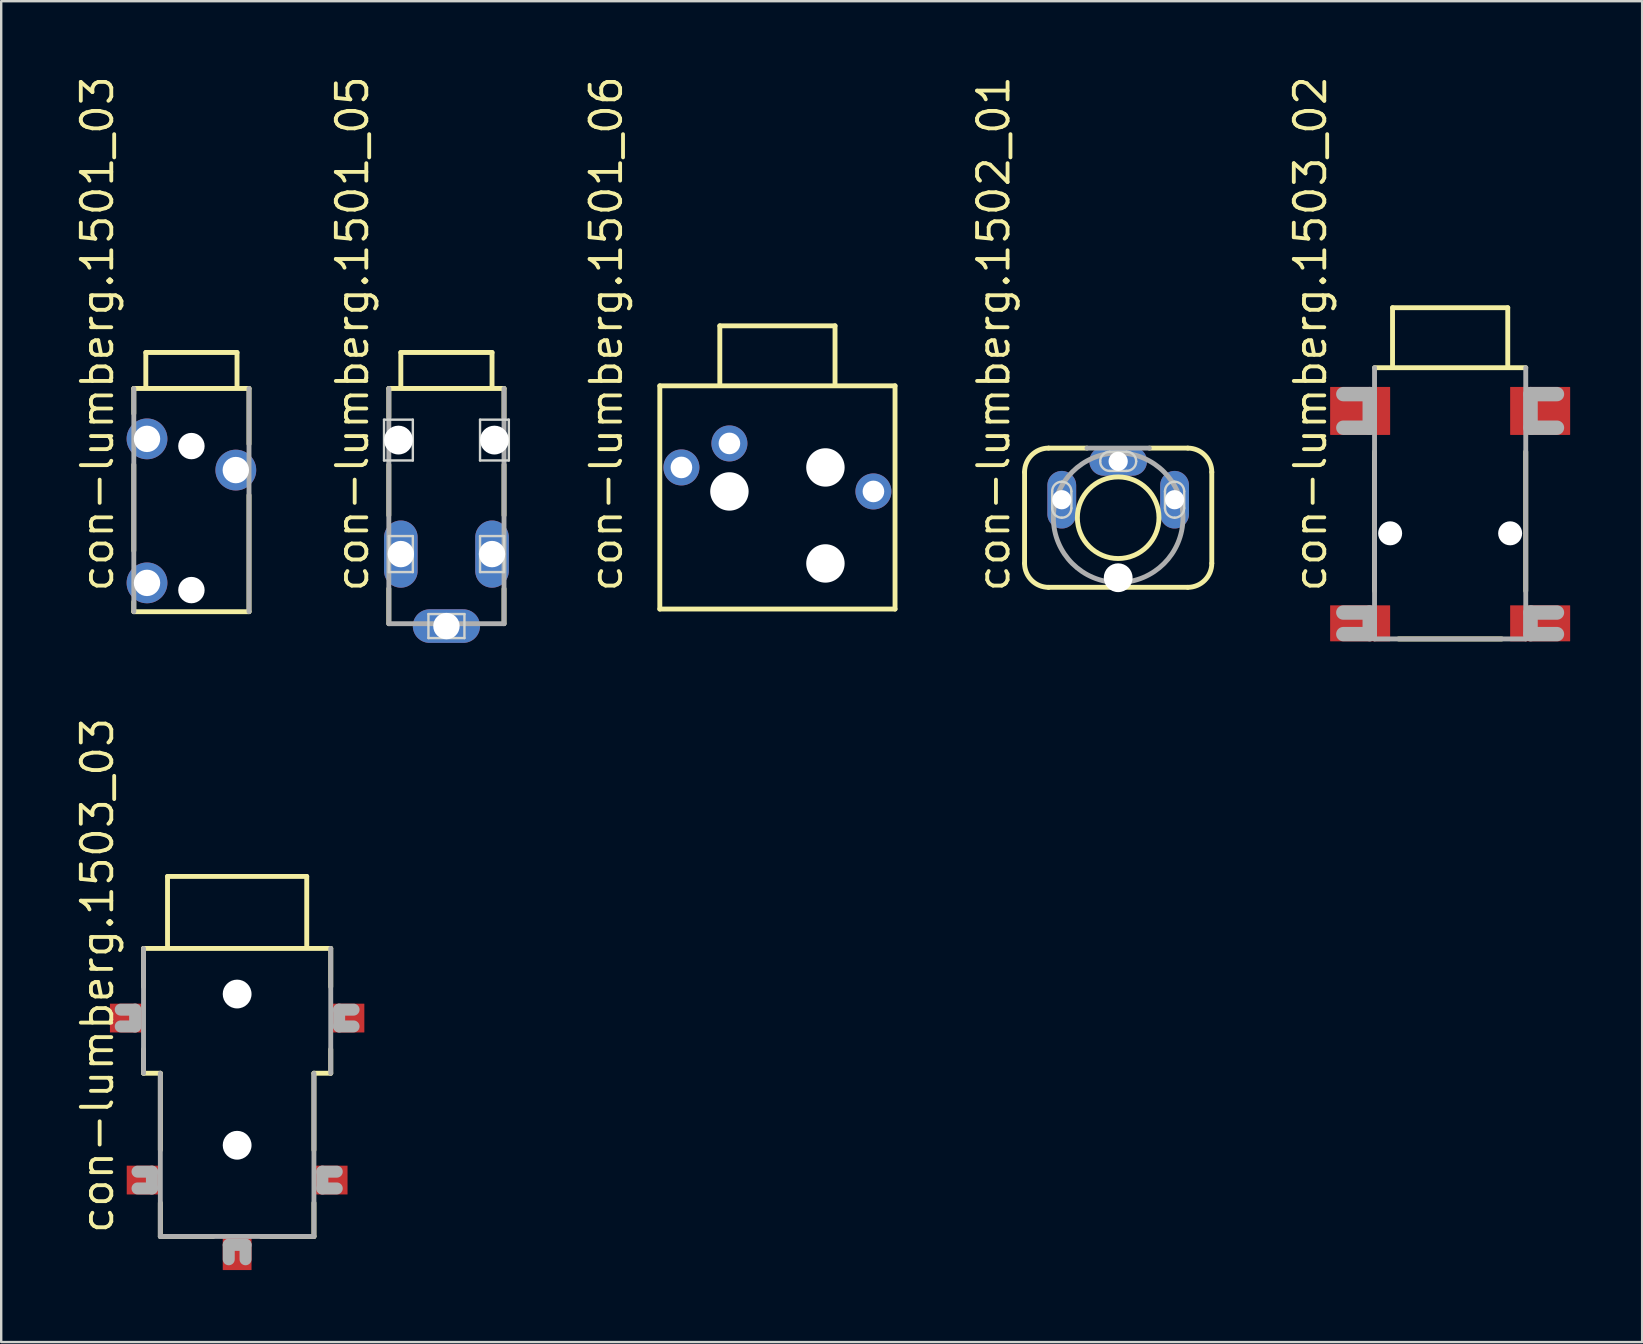
<source format=kicad_pcb>
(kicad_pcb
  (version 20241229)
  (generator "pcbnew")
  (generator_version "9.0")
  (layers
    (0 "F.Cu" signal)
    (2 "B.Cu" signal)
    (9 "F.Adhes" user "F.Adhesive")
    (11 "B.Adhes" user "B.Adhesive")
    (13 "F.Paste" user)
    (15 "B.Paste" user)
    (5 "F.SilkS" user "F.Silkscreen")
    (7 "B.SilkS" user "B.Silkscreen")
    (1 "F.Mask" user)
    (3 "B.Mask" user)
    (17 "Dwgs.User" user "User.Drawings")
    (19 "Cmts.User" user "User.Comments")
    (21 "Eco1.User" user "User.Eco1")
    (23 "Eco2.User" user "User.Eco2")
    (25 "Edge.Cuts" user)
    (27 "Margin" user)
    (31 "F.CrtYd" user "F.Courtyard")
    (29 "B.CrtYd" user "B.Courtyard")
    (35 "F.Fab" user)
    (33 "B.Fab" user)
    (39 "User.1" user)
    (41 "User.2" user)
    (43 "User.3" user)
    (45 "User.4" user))
  (footprint "con-lumberg.1503_03"
    (layer "F.Cu")
    (at 6.83 36.365)
    (property "Reference" "con-lumberg.1503_03" (at -5.08 12.065 90) (layer "F.SilkS") (effects (font (size 1.27 1.27) (thickness 0.16)) (justify left bottom)))
    (attr smd)
    (fp_line (start -3.9 0.1) (end 3.9 0.1) (stroke (width 0.203) (type default)) (layer "F.SilkS"))
    (fp_line (start -3.9 1.7) (end -3.9 0.1) (stroke (width 0.203) (type default)) (layer "F.SilkS"))
    (fp_line (start -3.9 5.3) (end -3.9 4.3) (stroke (width 0.203) (type default)) (layer "F.SilkS"))
    (fp_line (start -3.2 5.3) (end -3.9 5.3) (stroke (width 0.203) (type default)) (layer "F.SilkS"))
    (fp_line (start -3.2 8.5) (end -3.2 5.3) (stroke (width 0.203) (type default)) (layer "F.SilkS"))
    (fp_line (start -3.2 12.1) (end -3.2 10.7) (stroke (width 0.203) (type default)) (layer "F.SilkS"))
    (fp_line (start -2.9 -2.9) (end 2.9 -2.9) (stroke (width 0.203) (type default)) (layer "F.SilkS"))
    (fp_line (start -2.9 0) (end -2.9 -2.9) (stroke (width 0.203) (type default)) (layer "F.SilkS"))
    (fp_line (start -1 12.1) (end -3.2 12.1) (stroke (width 0.203) (type default)) (layer "F.SilkS"))
    (fp_line (start 2.9 -2.9) (end 2.9 0) (stroke (width 0.203) (type default)) (layer "F.SilkS"))
    (fp_line (start 3.2 5.3) (end 3.2 8.5) (stroke (width 0.203) (type default)) (layer "F.SilkS"))
    (fp_line (start 3.2 10.7) (end 3.2 12.1) (stroke (width 0.203) (type default)) (layer "F.SilkS"))
    (fp_line (start 3.2 12.1) (end 1 12.1) (stroke (width 0.203) (type default)) (layer "F.SilkS"))
    (fp_line (start 3.9 0.1) (end 3.9 1.7) (stroke (width 0.203) (type default)) (layer "F.SilkS"))
    (fp_line (start 3.9 4.3) (end 3.9 5.3) (stroke (width 0.203) (type default)) (layer "F.SilkS"))
    (fp_line (start 3.9 5.3) (end 3.2 5.3) (stroke (width 0.203) (type default)) (layer "F.SilkS"))
    (fp_line (start -4.85 2.65) (end -4.25 2.65) (stroke (width 0.5) (type default)) (layer "F.Fab"))
    (fp_line (start -4.25 2.65) (end -4.25 3.35) (stroke (width 0.5) (type default)) (layer "F.Fab"))
    (fp_line (start -4.25 3.35) (end -4.85 3.35) (stroke (width 0.5) (type default)) (layer "F.Fab"))
    (fp_line (start -4.15 9.4) (end -3.55 9.4) (stroke (width 0.5) (type default)) (layer "F.Fab"))
    (fp_line (start -3.9 5.3) (end -3.9 0.1) (stroke (width 0.203) (type default)) (layer "F.Fab"))
    (fp_line (start -3.55 9.4) (end -3.55 10.1) (stroke (width 0.5) (type default)) (layer "F.Fab"))
    (fp_line (start -3.55 10.1) (end -4.15 10.1) (stroke (width 0.5) (type default)) (layer "F.Fab"))
    (fp_line (start -3.2 12.1) (end -3.2 5.3) (stroke (width 0.203) (type default)) (layer "F.Fab"))
    (fp_line (start -0.35 12.45) (end 0.35 12.45) (stroke (width 0.5) (type default)) (layer "F.Fab"))
    (fp_line (start -0.35 13.05) (end -0.35 12.45) (stroke (width 0.5) (type default)) (layer "F.Fab"))
    (fp_line (start 0.35 12.45) (end 0.35 13.05) (stroke (width 0.5) (type default)) (layer "F.Fab"))
    (fp_line (start 3.2 5.3) (end 3.2 12.1) (stroke (width 0.203) (type default)) (layer "F.Fab"))
    (fp_line (start 3.2 12.1) (end -3.2 12.1) (stroke (width 0.203) (type default)) (layer "F.Fab"))
    (fp_line (start 3.55 9.4) (end 4.15 9.4) (stroke (width 0.5) (type default)) (layer "F.Fab"))
    (fp_line (start 3.55 10.1) (end 3.55 9.4) (stroke (width 0.5) (type default)) (layer "F.Fab"))
    (fp_line (start 3.9 0.1) (end 3.9 5.3) (stroke (width 0.203) (type default)) (layer "F.Fab"))
    (fp_line (start 4.15 10.1) (end 3.55 10.1) (stroke (width 0.5) (type default)) (layer "F.Fab"))
    (fp_line (start 4.25 2.65) (end 4.85 2.65) (stroke (width 0.5) (type default)) (layer "F.Fab"))
    (fp_line (start 4.25 3.35) (end 4.25 2.65) (stroke (width 0.5) (type default)) (layer "F.Fab"))
    (fp_line (start 4.85 3.35) (end 4.25 3.35) (stroke (width 0.5) (type default)) (layer "F.Fab"))
    (pad "" np_thru_hole circle (at 0 2) (size 1.2 1.2) (drill 1.2) (layers "*.Cu" "*.Mask"))
    (pad "" np_thru_hole circle (at 0 8.3) (size 1.2 1.2) (drill 1.2) (layers "*.Cu" "*.Mask"))
    (pad "1" smd roundrect (at 0 12.8) (size 1.2 1.4) (layers "F.Cu" "F.Mask" "F.Paste") (roundrect_rratio 0.01))
    (pad "2" smd roundrect (at -4.6 3) (size 1.4 1.2) (layers "F.Cu" "F.Mask" "F.Paste") (roundrect_rratio 0.01))
    (pad "2@1" smd roundrect (at 4.6 3) (size 1.4 1.2) (layers "F.Cu" "F.Mask" "F.Paste") (roundrect_rratio 0.01))
    (pad "3" smd roundrect (at -3.9 9.75) (size 1.4 1.2) (layers "F.Cu" "F.Mask" "F.Paste") (roundrect_rratio 0.01))
    (pad "3@1" smd roundrect (at 3.9 9.75) (size 1.4 1.2) (layers "F.Cu" "F.Mask" "F.Paste") (roundrect_rratio 0.01)))
  (footprint "con-lumberg.1501_03"
    (layer "F.Cu")
    (at 4.925 15.535)
    (property "Reference" "con-lumberg.1501_03" (at -3.175 6.16 90) (layer "F.SilkS") (effects (font (size 1.27 1.27) (thickness 0.16)) (justify left bottom)))
    (attr through_hole)
    (fp_line (start -2.4 -2.4) (end 2.4 -2.4) (stroke (width 0.203) (type default)) (layer "F.SilkS"))
    (fp_line (start -2.4 -1.355) (end -2.4 -2.4) (stroke (width 0.203) (type default)) (layer "F.SilkS"))
    (fp_line (start -2.4 4.36) (end -2.4 0.775) (stroke (width 0.203) (type default)) (layer "F.SilkS"))
    (fp_line (start -2.4 6.9) (end -2.4 6.49) (stroke (width 0.203) (type default)) (layer "F.SilkS"))
    (fp_line (start -1.9 -3.9) (end -1.9 -2.5) (stroke (width 0.203) (type default)) (layer "F.SilkS"))
    (fp_line (start -1.9 -3.9) (end 1.9 -3.9) (stroke (width 0.203) (type default)) (layer "F.SilkS"))
    (fp_line (start 1.9 -3.9) (end 1.9 -2.5) (stroke (width 0.203) (type default)) (layer "F.SilkS"))
    (fp_line (start 2.4 -2.4) (end 2.4 -0.085) (stroke (width 0.203) (type default)) (layer "F.SilkS"))
    (fp_line (start 2.4 2.045) (end 2.4 6.9) (stroke (width 0.203) (type default)) (layer "F.SilkS"))
    (fp_line (start 2.4 6.9) (end -2.4 6.9) (stroke (width 0.203) (type default)) (layer "F.SilkS"))
    (fp_line (start -2.4 6.9) (end -2.4 -2.4) (stroke (width 0.203) (type default)) (layer "F.Fab"))
    (fp_line (start 2.4 -2.4) (end 2.4 6.9) (stroke (width 0.203) (type default)) (layer "F.Fab"))
    (pad "" np_thru_hole circle (at 0 0) (size 1.1 1.1) (drill 1.1) (layers "*.Cu" "*.Mask"))
    (pad "" np_thru_hole circle (at 0 6) (size 1.1 1.1) (drill 1.1) (layers "*.Cu" "*.Mask"))
    (pad "1" thru_hole circle (at -1.85 -0.3) (size 1.7 1.7) (drill 1.1) (layers "*.Cu" "*.Mask"))
    (pad "2" thru_hole circle (at 1.85 1) (size 1.7 1.7) (drill 1.1) (layers "*.Cu" "*.Mask"))
    (pad "3" thru_hole circle (at -1.85 5.7) (size 1.7 1.7) (drill 1.1) (layers "*.Cu" "*.Mask")))
  (footprint "con-lumberg.1501_05"
    (layer "F.Cu")
    (at 15.55 11.535)
    (property "Reference" "con-lumberg.1501_05" (at -3.175 10.16 90) (layer "F.SilkS") (effects (font (size 1.27 1.27) (thickness 0.16)) (justify left bottom)))
    (attr through_hole)
    (fp_line (start -2.4 1.6) (end 2.4 1.6) (stroke (width 0.203) (type default)) (layer "F.SilkS"))
    (fp_line (start -2.4 2.795) (end -2.4 1.6) (stroke (width 0.203) (type default)) (layer "F.SilkS"))
    (fp_line (start -2.4 6.885) (end -2.4 4.775) (stroke (width 0.203) (type default)) (layer "F.SilkS"))
    (fp_line (start -2.4 11.4) (end -2.4 9.94) (stroke (width 0.203) (type default)) (layer "F.SilkS"))
    (fp_line (start -1.9 0.1) (end -1.9 1.5) (stroke (width 0.203) (type default)) (layer "F.SilkS"))
    (fp_line (start -1.9 0.1) (end 1.9 0.1) (stroke (width 0.203) (type default)) (layer "F.SilkS"))
    (fp_line (start 1.9 0.1) (end 1.9 1.5) (stroke (width 0.203) (type default)) (layer "F.SilkS"))
    (fp_line (start 2.4 1.6) (end 2.4 2.815) (stroke (width 0.203) (type default)) (layer "F.SilkS"))
    (fp_line (start 2.4 6.885) (end 2.4 4.775) (stroke (width 0.203) (type default)) (layer "F.SilkS"))
    (fp_line (start 2.4 9.945) (end 2.4 11.4) (stroke (width 0.203) (type default)) (layer "F.SilkS"))
    (fp_line (start -2.6 2.9) (end -1.4 2.9) (stroke (width 0.1) (type default)) (layer "Edge.Cuts"))
    (fp_line (start -2.6 4.6) (end -2.6 2.9) (stroke (width 0.1) (type default)) (layer "Edge.Cuts"))
    (fp_line (start -2.4 7.75) (end -1.4 7.75) (stroke (width 0.1) (type default)) (layer "Edge.Cuts"))
    (fp_line (start -2.4 9.25) (end -2.4 7.75) (stroke (width 0.1) (type default)) (layer "Edge.Cuts"))
    (fp_line (start -1.4 2.9) (end -1.4 4.6) (stroke (width 0.1) (type default)) (layer "Edge.Cuts"))
    (fp_line (start -1.4 4.6) (end -2.6 4.6) (stroke (width 0.1) (type default)) (layer "Edge.Cuts"))
    (fp_line (start -1.4 7.75) (end -1.4 9.25) (stroke (width 0.1) (type default)) (layer "Edge.Cuts"))
    (fp_line (start -1.4 9.25) (end -2.4 9.25) (stroke (width 0.1) (type default)) (layer "Edge.Cuts"))
    (fp_line (start -0.75 11) (end -0.75 12) (stroke (width 0.1) (type default)) (layer "Edge.Cuts"))
    (fp_line (start -0.75 12) (end 0.75 12) (stroke (width 0.1) (type default)) (layer "Edge.Cuts"))
    (fp_line (start 0.75 11) (end -0.75 11) (stroke (width 0.1) (type default)) (layer "Edge.Cuts"))
    (fp_line (start 0.75 12) (end 0.75 11) (stroke (width 0.1) (type default)) (layer "Edge.Cuts"))
    (fp_line (start 1.4 2.9) (end 2.6 2.9) (stroke (width 0.1) (type default)) (layer "Edge.Cuts"))
    (fp_line (start 1.4 4.6) (end 1.4 2.9) (stroke (width 0.1) (type default)) (layer "Edge.Cuts"))
    (fp_line (start 1.4 7.75) (end 2.4 7.75) (stroke (width 0.1) (type default)) (layer "Edge.Cuts"))
    (fp_line (start 1.4 9.25) (end 1.4 7.75) (stroke (width 0.1) (type default)) (layer "Edge.Cuts"))
    (fp_line (start 2.4 7.75) (end 2.4 9.25) (stroke (width 0.1) (type default)) (layer "Edge.Cuts"))
    (fp_line (start 2.4 9.25) (end 1.4 9.25) (stroke (width 0.1) (type default)) (layer "Edge.Cuts"))
    (fp_line (start 2.6 2.9) (end 2.6 4.6) (stroke (width 0.1) (type default)) (layer "Edge.Cuts"))
    (fp_line (start 2.6 4.6) (end 1.4 4.6) (stroke (width 0.1) (type default)) (layer "Edge.Cuts"))
    (fp_line (start -2.4 11.4) (end -2.4 1.6) (stroke (width 0.203) (type default)) (layer "F.Fab"))
    (fp_line (start 2.4 1.6) (end 2.4 11.4) (stroke (width 0.203) (type default)) (layer "F.Fab"))
    (fp_line (start 2.4 11.4) (end -2.4 11.4) (stroke (width 0.203) (type default)) (layer "F.Fab"))
    (pad "" np_thru_hole circle (at -2 3.75) (size 1.2 1.2) (drill 1.2) (layers "*.Cu" "*.Mask"))
    (pad "" np_thru_hole circle (at 2 3.75) (size 1.2 1.2) (drill 1.2) (layers "*.Cu" "*.Mask"))
    (pad "1" thru_hole oval (at -1.9 8.5 90) (size 2.8 1.4) (drill 1.1) (layers "*.Cu" "*.Mask"))
    (pad "2" thru_hole oval (at 0 11.5) (size 2.8 1.4) (drill 1.1) (layers "*.Cu" "*.Mask"))
    (pad "3" thru_hole oval (at 1.9 8.5 90) (size 2.8 1.4) (drill 1.1) (layers "*.Cu" "*.Mask")))
  (footprint "con-lumberg.1503_02"
    (layer "F.Cu")
    (at 57.368 12.17)
    (property "Reference" "con-lumberg.1503_02" (at -5.08 9.525 90) (layer "F.SilkS") (effects (font (size 1.27 1.27) (thickness 0.16)) (justify left bottom)))
    (attr smd)
    (fp_line (start -3.15 0.1) (end 3.15 0.1) (stroke (width 0.203) (type default)) (layer "F.SilkS"))
    (fp_line (start -3.15 9.4) (end -3.15 3.6) (stroke (width 0.203) (type default)) (layer "F.SilkS"))
    (fp_line (start -2.4 -2.4) (end 2.4 -2.4) (stroke (width 0.203) (type default)) (layer "F.SilkS"))
    (fp_line (start -2.4 0) (end -2.4 -2.4) (stroke (width 0.203) (type default)) (layer "F.SilkS"))
    (fp_line (start 2.15 11.4) (end -2.15 11.4) (stroke (width 0.203) (type default)) (layer "F.SilkS"))
    (fp_line (start 2.4 0) (end 2.4 -2.4) (stroke (width 0.203) (type default)) (layer "F.SilkS"))
    (fp_line (start 3.15 3.6) (end 3.15 9.4) (stroke (width 0.203) (type default)) (layer "F.SilkS"))
    (fp_line (start -4.45 1.2) (end -3.35 1.2) (stroke (width 0.6) (type default)) (layer "F.Fab"))
    (fp_line (start -4.45 10.3) (end -3.35 10.3) (stroke (width 0.6) (type default)) (layer "F.Fab"))
    (fp_line (start -3.35 1.2) (end -3.35 2.6) (stroke (width 0.6) (type default)) (layer "F.Fab"))
    (fp_line (start -3.35 2.6) (end -4.45 2.6) (stroke (width 0.6) (type default)) (layer "F.Fab"))
    (fp_line (start -3.35 10.3) (end -3.35 11.2) (stroke (width 0.6) (type default)) (layer "F.Fab"))
    (fp_line (start -3.35 11.2) (end -4.45 11.2) (stroke (width 0.6) (type default)) (layer "F.Fab"))
    (fp_line (start -3.15 11.4) (end -3.15 0.1) (stroke (width 0.203) (type default)) (layer "F.Fab"))
    (fp_line (start 3.15 0.1) (end 3.15 11.4) (stroke (width 0.203) (type default)) (layer "F.Fab"))
    (fp_line (start 3.15 11.4) (end -3.15 11.4) (stroke (width 0.203) (type default)) (layer "F.Fab"))
    (fp_line (start 3.35 1.2) (end 4.45 1.2) (stroke (width 0.6) (type default)) (layer "F.Fab"))
    (fp_line (start 3.35 2.6) (end 3.35 1.2) (stroke (width 0.6) (type default)) (layer "F.Fab"))
    (fp_line (start 3.35 10.3) (end 4.45 10.3) (stroke (width 0.6) (type default)) (layer "F.Fab"))
    (fp_line (start 3.35 11.2) (end 3.35 10.3) (stroke (width 0.6) (type default)) (layer "F.Fab"))
    (fp_line (start 4.45 2.6) (end 3.35 2.6) (stroke (width 0.6) (type default)) (layer "F.Fab"))
    (fp_line (start 4.45 11.2) (end 3.35 11.2) (stroke (width 0.6) (type default)) (layer "F.Fab"))
    (pad "" np_thru_hole circle (at -2.5 7) (size 1 1) (drill 1) (layers "*.Cu" "*.Mask"))
    (pad "" np_thru_hole circle (at 2.5 7) (size 1 1) (drill 1) (layers "*.Cu" "*.Mask"))
    (pad "1" smd roundrect (at -3.75 10.75 180) (size 2.5 1.5) (layers "F.Cu" "F.Mask" "F.Paste") (roundrect_rratio 0.01))
    (pad "2" smd roundrect (at -3.75 1.9) (size 2.5 2) (layers "F.Cu" "F.Mask" "F.Paste") (roundrect_rratio 0.01))
    (pad "2@2" smd roundrect (at 3.75 1.9) (size 2.5 2) (layers "F.Cu" "F.Mask" "F.Paste") (roundrect_rratio 0.01))
    (pad "3" smd roundrect (at 3.75 10.75 180) (size 2.5 1.5) (layers "F.Cu" "F.Mask" "F.Paste") (roundrect_rratio 0.01)))
  (footprint "con-lumberg.1501_06"
    (layer "F.Cu")
    (at 29.34 12.925)
    (property "Reference" "con-lumberg.1501_06" (at -6.39 8.77 90) (layer "F.SilkS") (effects (font (size 1.27 1.27) (thickness 0.16)) (justify left bottom)))
    (attr through_hole)
    (fp_line (start -4.9 0.1) (end 4.9 0.1) (stroke (width 0.203) (type default)) (layer "F.SilkS"))
    (fp_line (start -4.9 9.4) (end -4.9 0.1) (stroke (width 0.203) (type default)) (layer "F.SilkS"))
    (fp_line (start -2.4 -2.4) (end 2.4 -2.4) (stroke (width 0.203) (type default)) (layer "F.SilkS"))
    (fp_line (start -2.4 0) (end -2.4 -2.4) (stroke (width 0.203) (type default)) (layer "F.SilkS"))
    (fp_line (start 2.4 -2.4) (end 2.4 0) (stroke (width 0.203) (type default)) (layer "F.SilkS"))
    (fp_line (start 4.9 0.1) (end 4.9 9.4) (stroke (width 0.203) (type default)) (layer "F.SilkS"))
    (fp_line (start 4.9 9.4) (end -4.9 9.4) (stroke (width 0.203) (type default)) (layer "F.SilkS"))
    (pad "" np_thru_hole circle (at -2 4.5) (size 1.6 1.6) (drill 1.6) (layers "*.Cu" "*.Mask"))
    (pad "" np_thru_hole circle (at 2 3.5) (size 1.6 1.6) (drill 1.6) (layers "*.Cu" "*.Mask"))
    (pad "" np_thru_hole circle (at 2 7.5) (size 1.6 1.6) (drill 1.6) (layers "*.Cu" "*.Mask"))
    (pad "1" thru_hole circle (at -2 2.5 180) (size 1.5 1.5) (drill 0.9) (layers "*.Cu" "*.Mask"))
    (pad "2" thru_hole circle (at -4 3.5 90) (size 1.5 1.5) (drill 0.9) (layers "*.Cu" "*.Mask"))
    (pad "4" thru_hole circle (at 4 4.5 90) (size 1.5 1.5) (drill 0.9) (layers "*.Cu" "*.Mask")))
  (footprint "con-lumberg.1502_01"
    (layer "F.Cu")
    (at 43.537 18.52)
    (property "Reference" "con-lumberg.1502_01" (at -4.445 3.175 90) (layer "F.SilkS") (effects (font (size 1.27 1.27) (thickness 0.16)) (justify left bottom)))
    (attr through_hole)
    (fp_line (start -3.9 1.9) (end -3.9 -1.9) (stroke (width 0.203) (type default)) (layer "F.SilkS"))
    (fp_line (start -2.9 -2.9) (end -1.3 -2.9) (stroke (width 0.203) (type default)) (layer "F.SilkS"))
    (fp_line (start 1.3 -2.9) (end 2.9 -2.9) (stroke (width 0.203) (type default)) (layer "F.SilkS"))
    (fp_line (start 2.9 2.9) (end -2.9 2.9) (stroke (width 0.203) (type default)) (layer "F.SilkS"))
    (fp_line (start 3.9 -1.9) (end 3.9 1.9) (stroke (width 0.203) (type default)) (layer "F.SilkS"))
    (fp_arc (start -3.9 -1.9) (mid -3.607107 -2.607107) (end -2.9 -2.9) (stroke (width 0.2032) (type default)) (layer "F.SilkS"))
    (fp_arc (start -2.9 2.9) (mid -3.607107 2.607107) (end -3.9 1.9) (stroke (width 0.2032) (type default)) (layer "F.SilkS"))
    (fp_arc (start 2.9 -2.9) (mid 3.607107 -2.607107) (end 3.9 -1.9) (stroke (width 0.2032) (type default)) (layer "F.SilkS"))
    (fp_arc (start 3.9 1.9) (mid 3.607107 2.607107) (end 2.9 2.9) (stroke (width 0.2032) (type default)) (layer "F.SilkS"))
    (fp_circle (center 0 0) (end 1.7 0) (stroke (width 0.203) (type default)) (fill no) (layer "F.SilkS"))
    (fp_line (start -2.75 -1.1) (end -2.75 -0.4) (stroke (width 0.1) (type default)) (layer "Edge.Cuts"))
    (fp_line (start -1.95 -0.4) (end -1.95 -1.1) (stroke (width 0.1) (type default)) (layer "Edge.Cuts"))
    (fp_line (start -0.35 -2.75) (end 0.35 -2.75) (stroke (width 0.1) (type default)) (layer "Edge.Cuts"))
    (fp_line (start 0.35 -1.95) (end -0.35 -1.95) (stroke (width 0.1) (type default)) (layer "Edge.Cuts"))
    (fp_line (start 1.95 -0.4) (end 1.95 -1.1) (stroke (width 0.1) (type default)) (layer "Edge.Cuts"))
    (fp_line (start 2.75 -1.1) (end 2.75 -0.4) (stroke (width 0.1) (type default)) (layer "Edge.Cuts"))
    (fp_arc (start -2.75 -1.1) (mid -2.632843 -1.382843) (end -2.35 -1.5) (stroke (width 0.1) (type default)) (layer "Edge.Cuts"))
    (fp_arc (start -2.35 -1.5) (mid -2.067157 -1.382843) (end -1.95 -1.1) (stroke (width 0.1) (type default)) (layer "Edge.Cuts"))
    (fp_arc (start -2.35 0) (mid -2.632843 -0.117157) (end -2.75 -0.4) (stroke (width 0.1) (type default)) (layer "Edge.Cuts"))
    (fp_arc (start -1.95 -0.4) (mid -2.067157 -0.117157) (end -2.35 0) (stroke (width 0.1) (type default)) (layer "Edge.Cuts"))
    (fp_arc (start -0.75 -2.35) (mid -0.632843 -2.632843) (end -0.35 -2.75) (stroke (width 0.1) (type default)) (layer "Edge.Cuts"))
    (fp_arc (start -0.35 -1.95) (mid -0.632843 -2.067157) (end -0.75 -2.35) (stroke (width 0.1) (type default)) (layer "Edge.Cuts"))
    (fp_arc (start 0.35 -2.75) (mid 0.632843 -2.632843) (end 0.75 -2.35) (stroke (width 0.1) (type default)) (layer "Edge.Cuts"))
    (fp_arc (start 0.75 -2.35) (mid 0.632843 -2.067157) (end 0.35 -1.95) (stroke (width 0.1) (type default)) (layer "Edge.Cuts"))
    (fp_arc (start 1.95 -1.1) (mid 2.067157 -1.382843) (end 2.35 -1.5) (stroke (width 0.1) (type default)) (layer "Edge.Cuts"))
    (fp_arc (start 2.35 -1.5) (mid 2.632843 -1.382843) (end 2.75 -1.1) (stroke (width 0.1) (type default)) (layer "Edge.Cuts"))
    (fp_arc (start 2.35 0) (mid 2.067157 -0.117157) (end 1.95 -0.4) (stroke (width 0.1) (type default)) (layer "Edge.Cuts"))
    (fp_arc (start 2.75 -0.4) (mid 2.632843 -0.117157) (end 2.35 0) (stroke (width 0.1) (type default)) (layer "Edge.Cuts"))
    (fp_line (start -1.3 -2.9) (end 1.3 -2.9) (stroke (width 0.203) (type default)) (layer "F.Fab"))
    (fp_circle (center 0 0) (end 2.7 0) (stroke (width 0.203) (type default)) (fill no) (layer "F.Fab"))
    (pad "" np_thru_hole circle (at 0 2.5) (size 1.2 1.2) (drill 1.2) (layers "*.Cu" "*.Mask"))
    (pad "1" thru_hole oval (at 0 -2.35) (size 2.4 1.2) (drill 0.8) (layers "*.Cu" "*.Mask"))
    (pad "2" thru_hole oval (at -2.35 -0.75 90) (size 2.4 1.2) (drill 0.8) (layers "*.Cu" "*.Mask"))
    (pad "3" thru_hole oval (at 2.35 -0.75 90) (size 2.4 1.2) (drill 0.8) (layers "*.Cu" "*.Mask")))
  (gr_rect
    (start -3 -3)
    (end 65.368 52.865)
    (stroke (width 0.1) (type default))
    (fill no)
    (layer "Edge.Cuts")))
</source>
